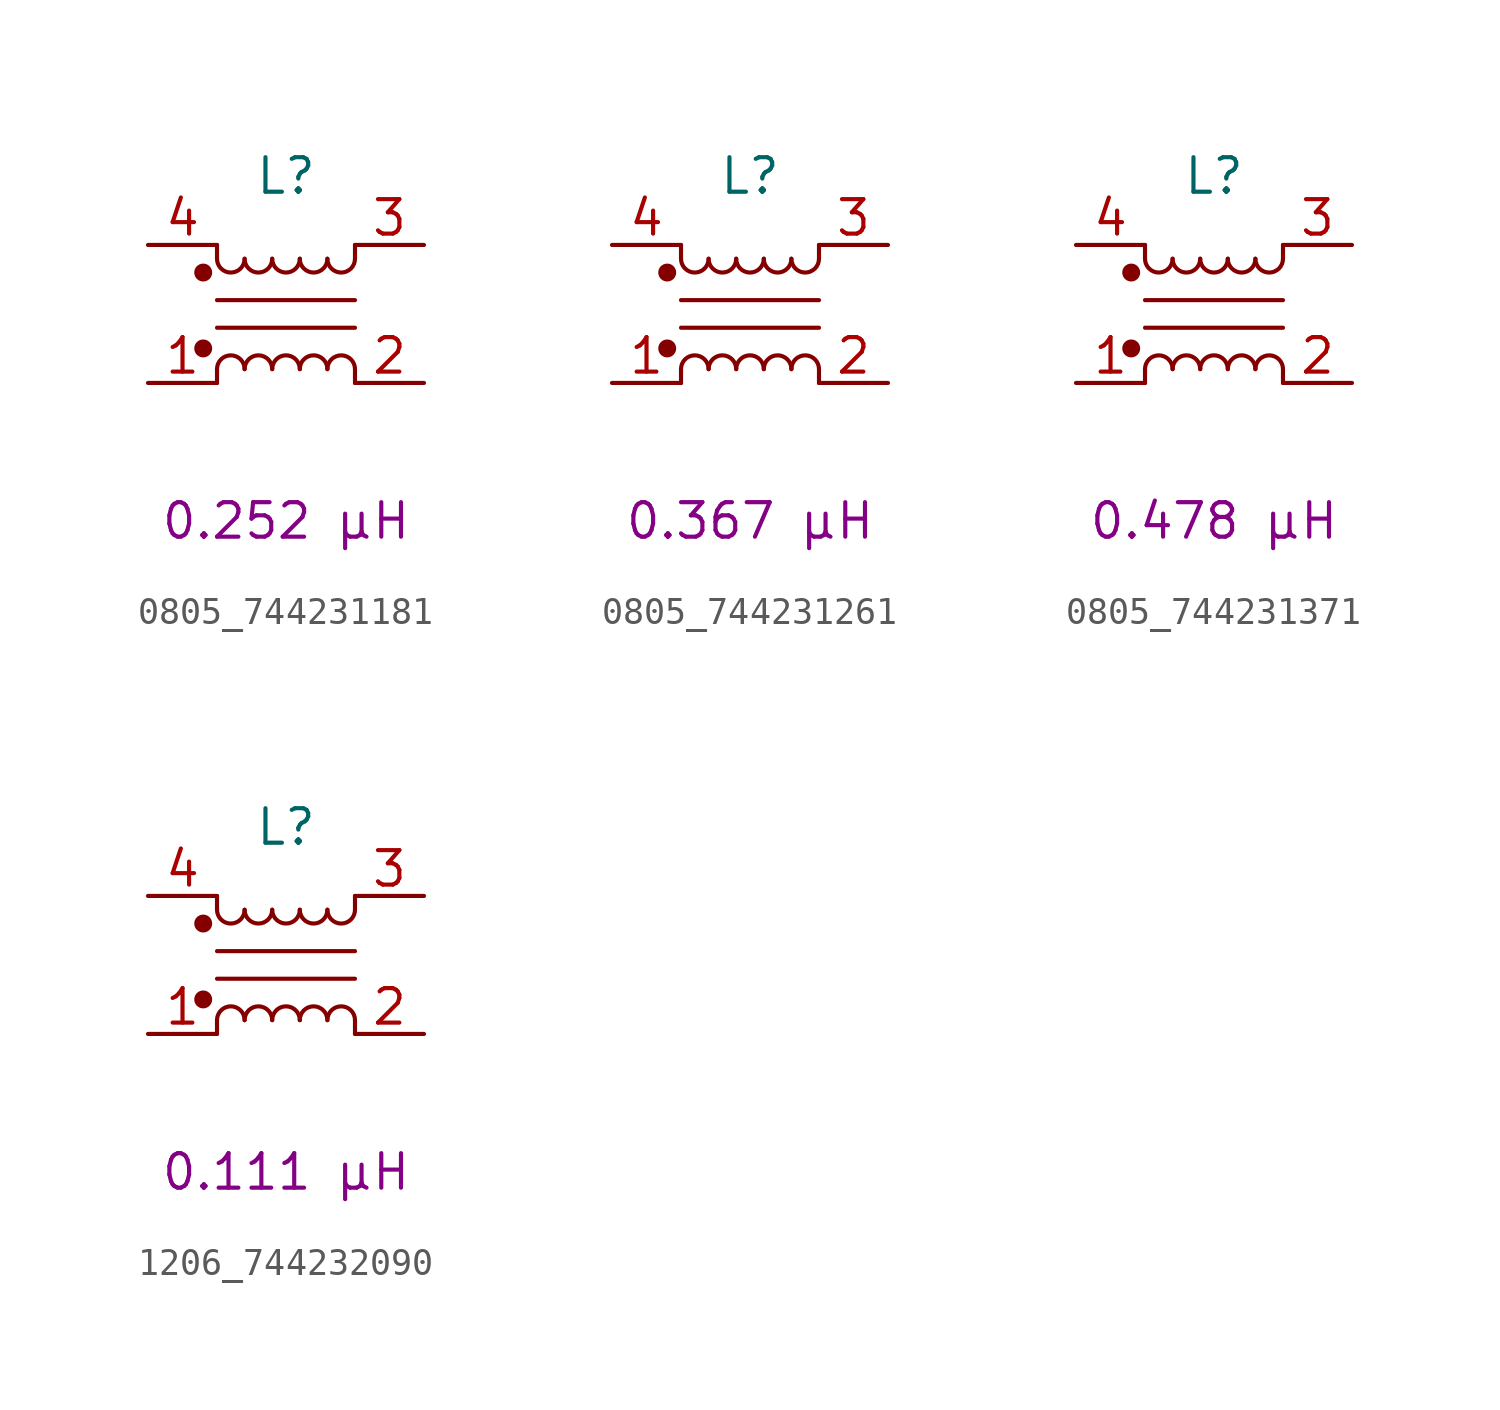
<source format=kicad_sym>
(kicad_symbol_lib
  (version 20220914)
  (generator kicad_symbol_editor)
  (symbol "0805_744231181"
    (pin_names hide)
    (property "Reference" "L"
      (at 0 5.08 0)
      (effects (font (size 1.27 1.27))))
    (property "Critical Parameter" "0.252 µH"
      (at 0 -7.62 0)
      (effects (font (size 1.27 1.27))))
    (symbol "0805_744231181_0_1"
      (circle (center -3.048 -1.27) (radius 0.254) (stroke (width 0) (type default)) (fill (type outline)))
      (circle (center -3.048 1.524) (radius 0.254) (stroke (width 0) (type default)) (fill (type outline)))
      (arc (start -2.54 2.032) (mid -2.032 1.5262) (end -1.524 2.032) (stroke (width 0) (type default)) (fill (type none)))
      (arc (start -1.524 -2.032) (mid -2.032 -1.5262) (end -2.54 -2.032) (stroke (width 0) (type default)) (fill (type none)))
      (arc (start -1.524 2.032) (mid -1.016 1.5262) (end -0.508 2.032) (stroke (width 0) (type default)) (fill (type none)))
      (arc (start -0.508 -2.032) (mid -1.016 -1.5262) (end -1.524 -2.032) (stroke (width 0) (type default)) (fill (type none)))
      (arc (start -0.508 2.032) (mid 0 1.5262) (end 0.508 2.032) (stroke (width 0) (type default)) (fill (type none)))
      (polyline (pts (xy -2.54 -2.032) (xy -2.54 -2.54)) (stroke (width 0) (type default)) (fill (type none)))
      (polyline (pts (xy -2.54 0.508) (xy 2.54 0.508)) (stroke (width 0) (type default)) (fill (type none)))
      (polyline (pts (xy -2.54 2.032) (xy -2.54 2.54)) (stroke (width 0) (type default)) (fill (type none)))
      (polyline (pts (xy 2.54 -2.032) (xy 2.54 -2.54)) (stroke (width 0) (type default)) (fill (type none)))
      (polyline (pts (xy 2.54 -0.508) (xy -2.54 -0.508)) (stroke (width 0) (type default)) (fill (type none)))
      (polyline (pts (xy 2.54 2.54) (xy 2.54 2.032)) (stroke (width 0) (type default)) (fill (type none)))
      (arc (start 0.508 -2.032) (mid 0 -1.5262) (end -0.508 -2.032) (stroke (width 0) (type default)) (fill (type none)))
      (arc (start 0.508 2.032) (mid 1.016 1.5262) (end 1.524 2.032) (stroke (width 0) (type default)) (fill (type none)))
      (arc (start 1.524 -2.032) (mid 1.016 -1.5262) (end 0.508 -2.032) (stroke (width 0) (type default)) (fill (type none)))
      (arc (start 1.524 2.032) (mid 2.032 1.5262) (end 2.54 2.032) (stroke (width 0) (type default)) (fill (type none)))
      (arc (start 2.54 -2.032) (mid 2.032 -1.5262) (end 1.524 -2.032) (stroke (width 0) (type default)) (fill (type none))))
    (symbol "0805_744231181_1_1"
      (pin passive line (at -5.08 -2.54 0) (length 2.54) (name "1" (effects (font (size 1.27 1.27)))) (number "1" (effects (font (size 1.27 1.27)))))
      (pin passive line (at 5.08 -2.54 180) (length 2.54) (name "2" (effects (font (size 1.27 1.27)))) (number "2" (effects (font (size 1.27 1.27)))))
      (pin passive line (at 5.08 2.54 180) (length 2.54) (name "3" (effects (font (size 1.27 1.27)))) (number "3" (effects (font (size 1.27 1.27)))))
      (pin passive line (at -5.08 2.54 0) (length 2.54) (name "4" (effects (font (size 1.27 1.27)))) (number "4" (effects (font (size 1.27 1.27)))))))
  (symbol "0805_744231261"
    (pin_names hide)
    (property "Reference" "L"
      (at 0 5.08 0)
      (effects (font (size 1.27 1.27))))
    (property "Critical Parameter" "0.367 µH"
      (at 0 -7.62 0)
      (effects (font (size 1.27 1.27))))
    (symbol "0805_744231261_0_1"
      (circle (center -3.048 -1.27) (radius 0.254) (stroke (width 0) (type default)) (fill (type outline)))
      (circle (center -3.048 1.524) (radius 0.254) (stroke (width 0) (type default)) (fill (type outline)))
      (arc (start -2.54 2.032) (mid -2.032 1.5262) (end -1.524 2.032) (stroke (width 0) (type default)) (fill (type none)))
      (arc (start -1.524 -2.032) (mid -2.032 -1.5262) (end -2.54 -2.032) (stroke (width 0) (type default)) (fill (type none)))
      (arc (start -1.524 2.032) (mid -1.016 1.5262) (end -0.508 2.032) (stroke (width 0) (type default)) (fill (type none)))
      (arc (start -0.508 -2.032) (mid -1.016 -1.5262) (end -1.524 -2.032) (stroke (width 0) (type default)) (fill (type none)))
      (arc (start -0.508 2.032) (mid 0 1.5262) (end 0.508 2.032) (stroke (width 0) (type default)) (fill (type none)))
      (polyline (pts (xy -2.54 -2.032) (xy -2.54 -2.54)) (stroke (width 0) (type default)) (fill (type none)))
      (polyline (pts (xy -2.54 0.508) (xy 2.54 0.508)) (stroke (width 0) (type default)) (fill (type none)))
      (polyline (pts (xy -2.54 2.032) (xy -2.54 2.54)) (stroke (width 0) (type default)) (fill (type none)))
      (polyline (pts (xy 2.54 -2.032) (xy 2.54 -2.54)) (stroke (width 0) (type default)) (fill (type none)))
      (polyline (pts (xy 2.54 -0.508) (xy -2.54 -0.508)) (stroke (width 0) (type default)) (fill (type none)))
      (polyline (pts (xy 2.54 2.54) (xy 2.54 2.032)) (stroke (width 0) (type default)) (fill (type none)))
      (arc (start 0.508 -2.032) (mid 0 -1.5262) (end -0.508 -2.032) (stroke (width 0) (type default)) (fill (type none)))
      (arc (start 0.508 2.032) (mid 1.016 1.5262) (end 1.524 2.032) (stroke (width 0) (type default)) (fill (type none)))
      (arc (start 1.524 -2.032) (mid 1.016 -1.5262) (end 0.508 -2.032) (stroke (width 0) (type default)) (fill (type none)))
      (arc (start 1.524 2.032) (mid 2.032 1.5262) (end 2.54 2.032) (stroke (width 0) (type default)) (fill (type none)))
      (arc (start 2.54 -2.032) (mid 2.032 -1.5262) (end 1.524 -2.032) (stroke (width 0) (type default)) (fill (type none))))
    (symbol "0805_744231261_1_1"
      (pin passive line (at -5.08 -2.54 0) (length 2.54) (name "1" (effects (font (size 1.27 1.27)))) (number "1" (effects (font (size 1.27 1.27)))))
      (pin passive line (at 5.08 -2.54 180) (length 2.54) (name "2" (effects (font (size 1.27 1.27)))) (number "2" (effects (font (size 1.27 1.27)))))
      (pin passive line (at 5.08 2.54 180) (length 2.54) (name "3" (effects (font (size 1.27 1.27)))) (number "3" (effects (font (size 1.27 1.27)))))
      (pin passive line (at -5.08 2.54 0) (length 2.54) (name "4" (effects (font (size 1.27 1.27)))) (number "4" (effects (font (size 1.27 1.27)))))))
  (symbol "0805_744231371"
    (pin_names hide)
    (property "Reference" "L"
      (at 0 5.08 0)
      (effects (font (size 1.27 1.27))))
    (property "Critical Parameter" "0.478 µH"
      (at 0 -7.62 0)
      (effects (font (size 1.27 1.27))))
    (symbol "0805_744231371_0_1"
      (circle (center -3.048 -1.27) (radius 0.254) (stroke (width 0) (type default)) (fill (type outline)))
      (circle (center -3.048 1.524) (radius 0.254) (stroke (width 0) (type default)) (fill (type outline)))
      (arc (start -2.54 2.032) (mid -2.032 1.5262) (end -1.524 2.032) (stroke (width 0) (type default)) (fill (type none)))
      (arc (start -1.524 -2.032) (mid -2.032 -1.5262) (end -2.54 -2.032) (stroke (width 0) (type default)) (fill (type none)))
      (arc (start -1.524 2.032) (mid -1.016 1.5262) (end -0.508 2.032) (stroke (width 0) (type default)) (fill (type none)))
      (arc (start -0.508 -2.032) (mid -1.016 -1.5262) (end -1.524 -2.032) (stroke (width 0) (type default)) (fill (type none)))
      (arc (start -0.508 2.032) (mid 0 1.5262) (end 0.508 2.032) (stroke (width 0) (type default)) (fill (type none)))
      (polyline (pts (xy -2.54 -2.032) (xy -2.54 -2.54)) (stroke (width 0) (type default)) (fill (type none)))
      (polyline (pts (xy -2.54 0.508) (xy 2.54 0.508)) (stroke (width 0) (type default)) (fill (type none)))
      (polyline (pts (xy -2.54 2.032) (xy -2.54 2.54)) (stroke (width 0) (type default)) (fill (type none)))
      (polyline (pts (xy 2.54 -2.032) (xy 2.54 -2.54)) (stroke (width 0) (type default)) (fill (type none)))
      (polyline (pts (xy 2.54 -0.508) (xy -2.54 -0.508)) (stroke (width 0) (type default)) (fill (type none)))
      (polyline (pts (xy 2.54 2.54) (xy 2.54 2.032)) (stroke (width 0) (type default)) (fill (type none)))
      (arc (start 0.508 -2.032) (mid 0 -1.5262) (end -0.508 -2.032) (stroke (width 0) (type default)) (fill (type none)))
      (arc (start 0.508 2.032) (mid 1.016 1.5262) (end 1.524 2.032) (stroke (width 0) (type default)) (fill (type none)))
      (arc (start 1.524 -2.032) (mid 1.016 -1.5262) (end 0.508 -2.032) (stroke (width 0) (type default)) (fill (type none)))
      (arc (start 1.524 2.032) (mid 2.032 1.5262) (end 2.54 2.032) (stroke (width 0) (type default)) (fill (type none)))
      (arc (start 2.54 -2.032) (mid 2.032 -1.5262) (end 1.524 -2.032) (stroke (width 0) (type default)) (fill (type none))))
    (symbol "0805_744231371_1_1"
      (pin passive line (at -5.08 -2.54 0) (length 2.54) (name "1" (effects (font (size 1.27 1.27)))) (number "1" (effects (font (size 1.27 1.27)))))
      (pin passive line (at 5.08 -2.54 180) (length 2.54) (name "2" (effects (font (size 1.27 1.27)))) (number "2" (effects (font (size 1.27 1.27)))))
      (pin passive line (at 5.08 2.54 180) (length 2.54) (name "3" (effects (font (size 1.27 1.27)))) (number "3" (effects (font (size 1.27 1.27)))))
      (pin passive line (at -5.08 2.54 0) (length 2.54) (name "4" (effects (font (size 1.27 1.27)))) (number "4" (effects (font (size 1.27 1.27)))))))
  (symbol "1206_744232090"
    (pin_names hide)
    (property "Reference" "L"
      (at 0 5.08 0)
      (effects (font (size 1.27 1.27))))
    (property "Critical Parameter" "0.111 µH"
      (at 0 -7.62 0)
      (effects (font (size 1.27 1.27))))
    (symbol "1206_744232090_0_1"
      (circle (center -3.048 -1.27) (radius 0.254) (stroke (width 0) (type default)) (fill (type outline)))
      (circle (center -3.048 1.524) (radius 0.254) (stroke (width 0) (type default)) (fill (type outline)))
      (arc (start -2.54 2.032) (mid -2.032 1.5262) (end -1.524 2.032) (stroke (width 0) (type default)) (fill (type none)))
      (arc (start -1.524 -2.032) (mid -2.032 -1.5262) (end -2.54 -2.032) (stroke (width 0) (type default)) (fill (type none)))
      (arc (start -1.524 2.032) (mid -1.016 1.5262) (end -0.508 2.032) (stroke (width 0) (type default)) (fill (type none)))
      (arc (start -0.508 -2.032) (mid -1.016 -1.5262) (end -1.524 -2.032) (stroke (width 0) (type default)) (fill (type none)))
      (arc (start -0.508 2.032) (mid 0 1.5262) (end 0.508 2.032) (stroke (width 0) (type default)) (fill (type none)))
      (polyline (pts (xy -2.54 -2.032) (xy -2.54 -2.54)) (stroke (width 0) (type default)) (fill (type none)))
      (polyline (pts (xy -2.54 0.508) (xy 2.54 0.508)) (stroke (width 0) (type default)) (fill (type none)))
      (polyline (pts (xy -2.54 2.032) (xy -2.54 2.54)) (stroke (width 0) (type default)) (fill (type none)))
      (polyline (pts (xy 2.54 -2.032) (xy 2.54 -2.54)) (stroke (width 0) (type default)) (fill (type none)))
      (polyline (pts (xy 2.54 -0.508) (xy -2.54 -0.508)) (stroke (width 0) (type default)) (fill (type none)))
      (polyline (pts (xy 2.54 2.54) (xy 2.54 2.032)) (stroke (width 0) (type default)) (fill (type none)))
      (arc (start 0.508 -2.032) (mid 0 -1.5262) (end -0.508 -2.032) (stroke (width 0) (type default)) (fill (type none)))
      (arc (start 0.508 2.032) (mid 1.016 1.5262) (end 1.524 2.032) (stroke (width 0) (type default)) (fill (type none)))
      (arc (start 1.524 -2.032) (mid 1.016 -1.5262) (end 0.508 -2.032) (stroke (width 0) (type default)) (fill (type none)))
      (arc (start 1.524 2.032) (mid 2.032 1.5262) (end 2.54 2.032) (stroke (width 0) (type default)) (fill (type none)))
      (arc (start 2.54 -2.032) (mid 2.032 -1.5262) (end 1.524 -2.032) (stroke (width 0) (type default)) (fill (type none))))
    (symbol "1206_744232090_1_1"
      (pin passive line (at -5.08 -2.54 0) (length 2.54) (name "1" (effects (font (size 1.27 1.27)))) (number "1" (effects (font (size 1.27 1.27)))))
      (pin passive line (at 5.08 -2.54 180) (length 2.54) (name "2" (effects (font (size 1.27 1.27)))) (number "2" (effects (font (size 1.27 1.27)))))
      (pin passive line (at 5.08 2.54 180) (length 2.54) (name "3" (effects (font (size 1.27 1.27)))) (number "3" (effects (font (size 1.27 1.27)))))
      (pin passive line (at -5.08 2.54 0) (length 2.54) (name "4" (effects (font (size 1.27 1.27)))) (number "4" (effects (font (size 1.27 1.27))))))))
</source>
